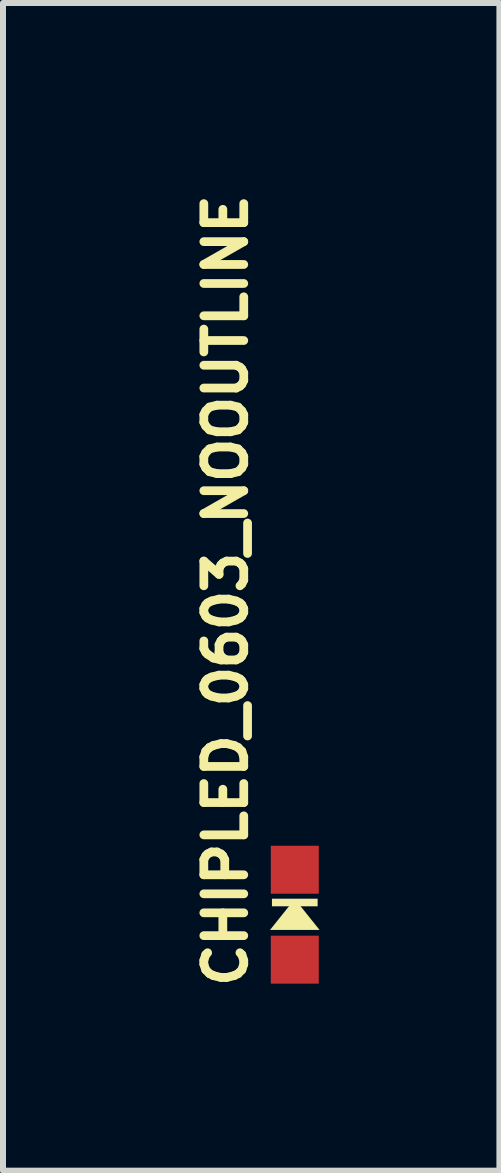
<source format=kicad_pcb>
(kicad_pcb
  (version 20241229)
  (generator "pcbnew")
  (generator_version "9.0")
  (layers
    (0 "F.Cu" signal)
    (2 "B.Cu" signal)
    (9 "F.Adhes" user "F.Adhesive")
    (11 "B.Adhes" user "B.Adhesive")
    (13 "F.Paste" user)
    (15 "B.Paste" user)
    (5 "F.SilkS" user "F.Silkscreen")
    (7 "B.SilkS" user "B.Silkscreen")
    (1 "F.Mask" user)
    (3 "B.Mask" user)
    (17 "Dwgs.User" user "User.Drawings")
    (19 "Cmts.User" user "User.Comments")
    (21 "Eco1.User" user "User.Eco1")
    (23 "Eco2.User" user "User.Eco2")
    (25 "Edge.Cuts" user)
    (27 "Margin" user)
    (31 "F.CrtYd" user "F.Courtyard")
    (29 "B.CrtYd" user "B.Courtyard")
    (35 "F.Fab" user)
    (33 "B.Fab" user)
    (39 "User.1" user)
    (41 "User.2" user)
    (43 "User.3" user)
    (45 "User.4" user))
  (footprint "CHIPLED_0603_NOOUTLINE"
    (layer "F.Cu")
    (at 1.867 12.207)
    (property "Reference" "CHIPLED_0603_NOOUTLINE" (at -0.762 1.27 90) (layer "F.SilkS") (effects (font (size 0.666 0.666) (thickness 0.146)) (justify left bottom)))
    (fp_poly (pts (xy 0.413 0.254) (xy -0.413 0.254) (xy 0 -0.262)) (stroke (width 0) (type solid)) (fill yes) (layer "F.SilkS"))
    (fp_poly (pts (xy -0.381 -0.14) (xy 0.381 -0.14) (xy 0.381 -0.267) (xy -0.381 -0.267)) (stroke (width 0) (type solid)) (fill yes) (layer "F.SilkS"))
    (pad "A" smd rect (at 0 0.75) (size 0.8 0.8) (layers "F.Cu" "F.Mask" "F.Paste"))
    (pad "C" smd rect (at 0 -0.75) (size 0.8 0.8) (layers "F.Cu" "F.Mask" "F.Paste")))
  (gr_rect
    (start -3 -3)
    (end 5.28 16.477)
    (stroke (width 0.1) (type default))
    (fill no)
    (layer "Edge.Cuts")))
</source>
